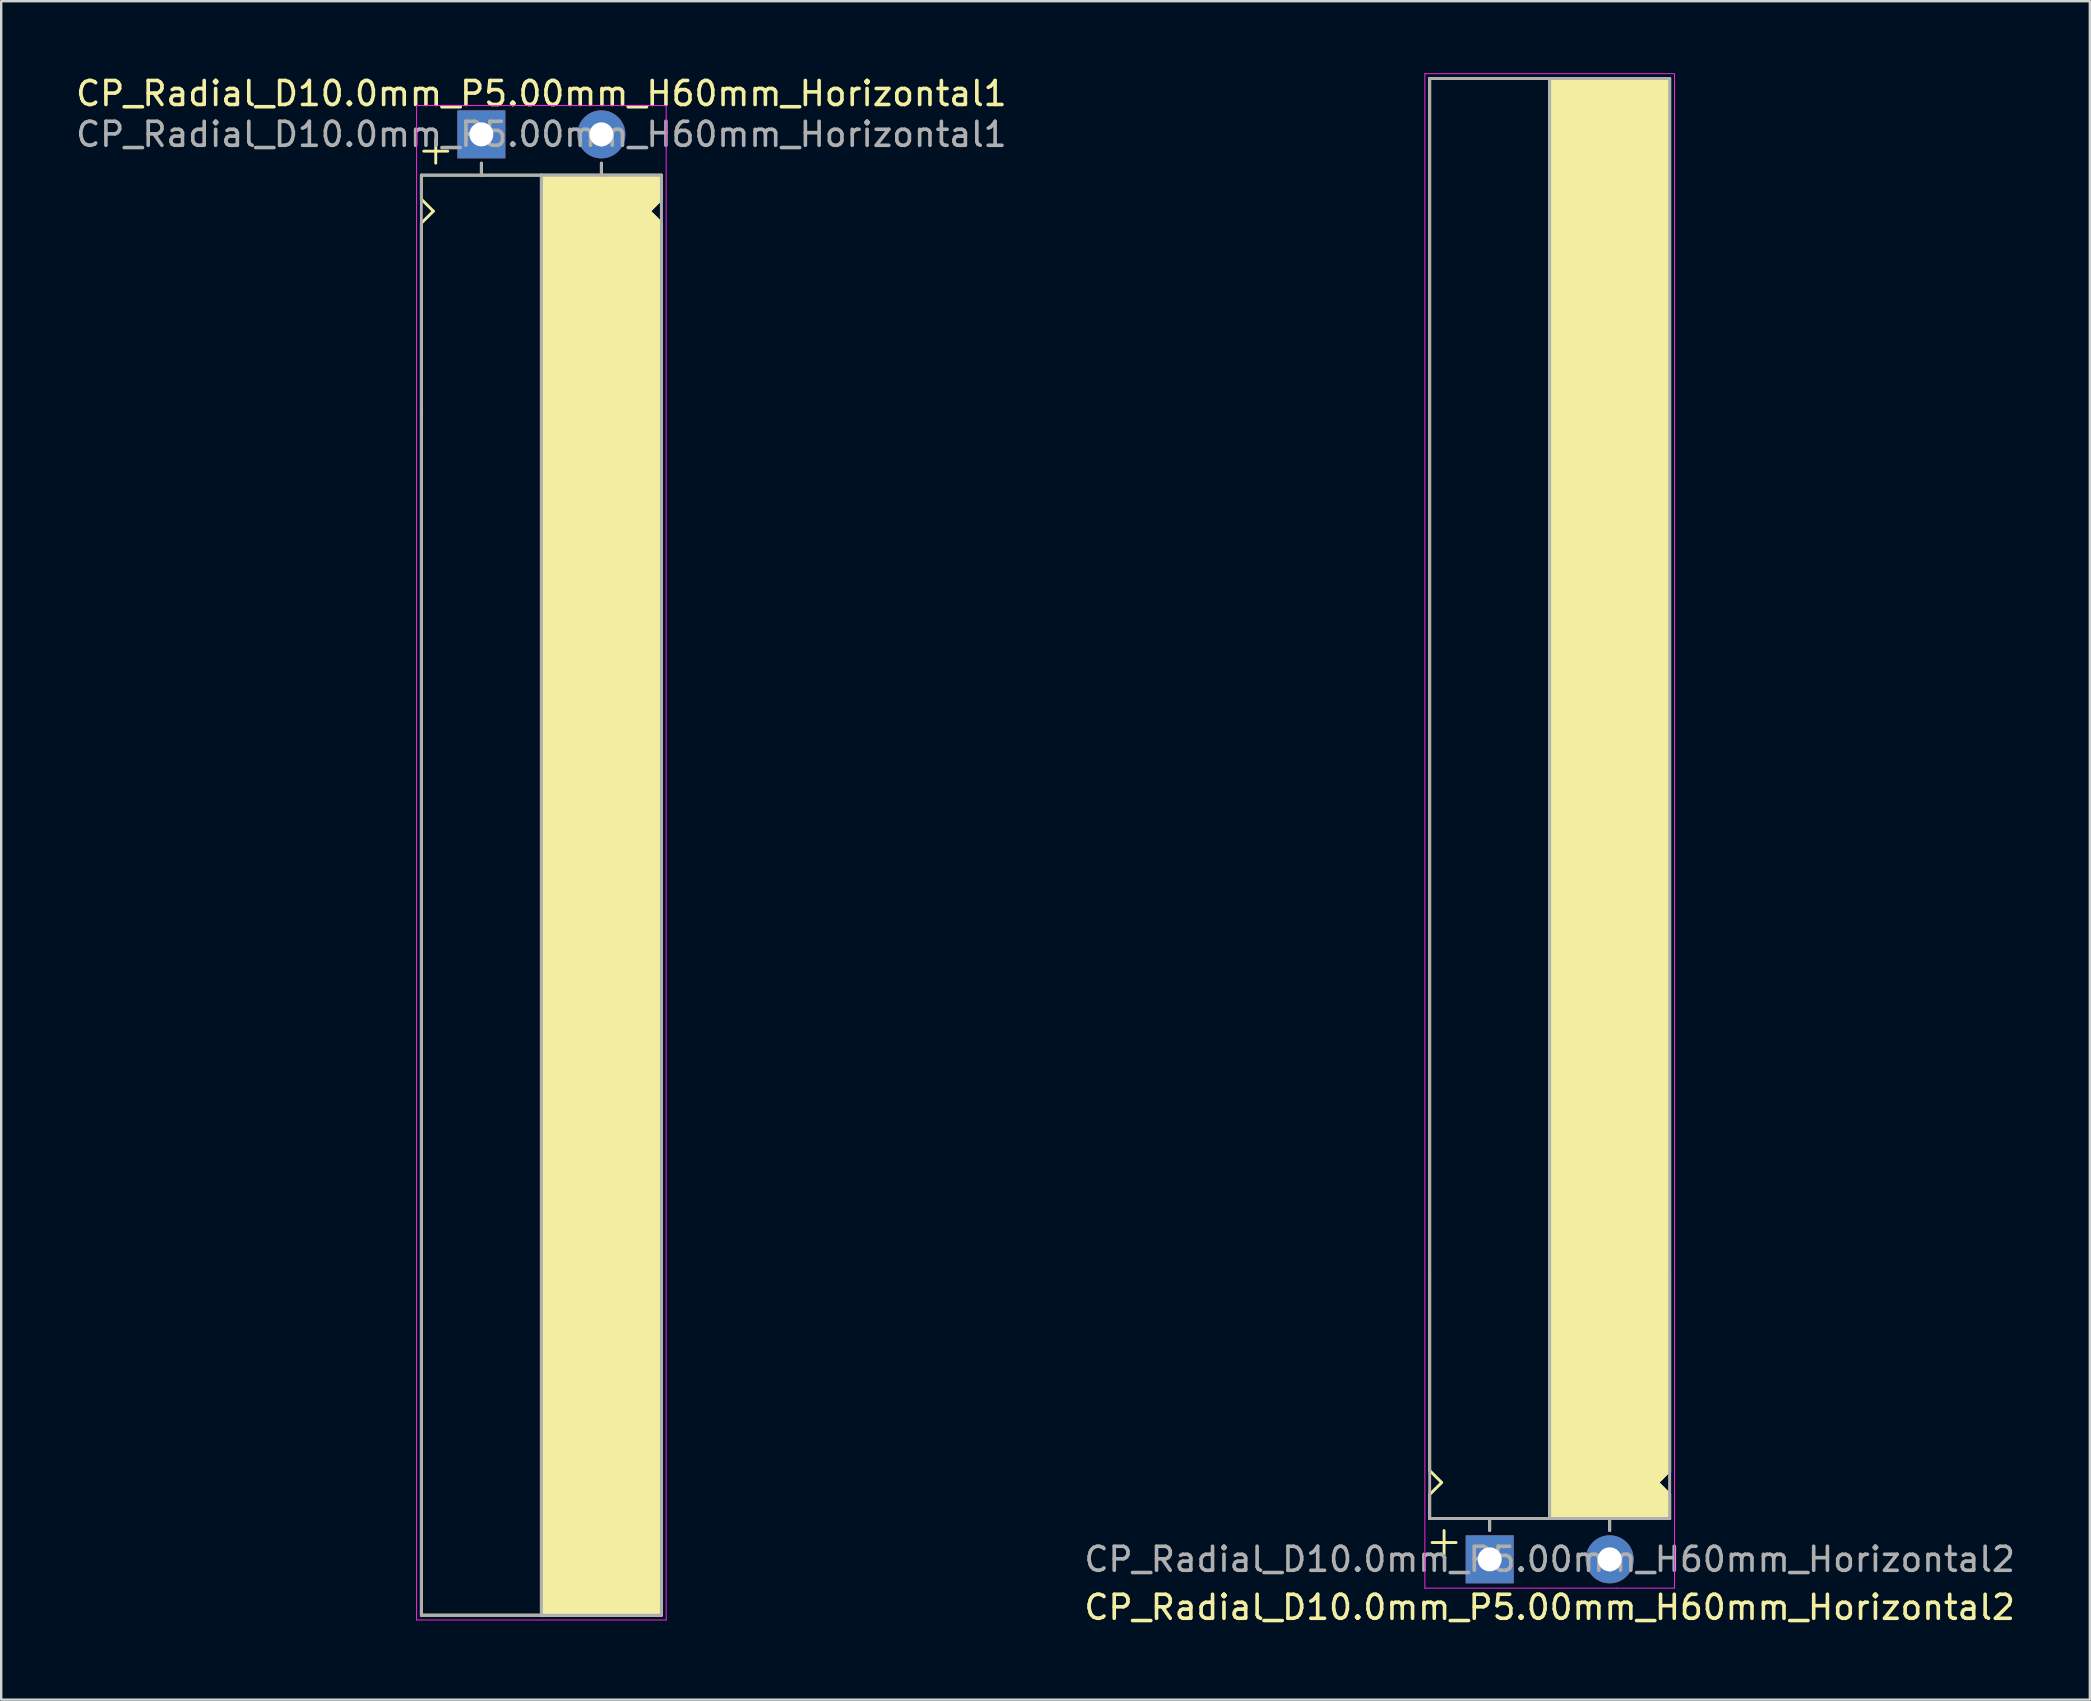
<source format=kicad_pcb>
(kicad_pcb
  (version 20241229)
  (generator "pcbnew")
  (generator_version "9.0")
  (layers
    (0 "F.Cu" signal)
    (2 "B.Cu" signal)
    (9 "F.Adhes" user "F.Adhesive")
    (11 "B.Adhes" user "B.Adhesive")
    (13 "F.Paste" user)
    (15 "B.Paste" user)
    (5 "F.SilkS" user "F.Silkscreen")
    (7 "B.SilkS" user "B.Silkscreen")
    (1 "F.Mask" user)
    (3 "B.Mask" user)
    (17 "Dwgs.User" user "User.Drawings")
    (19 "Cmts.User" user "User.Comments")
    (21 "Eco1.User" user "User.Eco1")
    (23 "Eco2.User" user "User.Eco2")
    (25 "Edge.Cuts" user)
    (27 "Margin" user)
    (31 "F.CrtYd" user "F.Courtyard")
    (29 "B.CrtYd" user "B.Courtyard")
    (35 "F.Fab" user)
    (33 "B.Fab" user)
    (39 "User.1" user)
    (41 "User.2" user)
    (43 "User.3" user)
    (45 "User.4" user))
  (footprint "CP_Radial_D10.0mm_P5.00mm_H60mm_Horizontal1"
    (layer "F.Cu")
    (at 17.006 2.548)
    (property "Reference" "CP_Radial_D10.0mm_P5.00mm_H60mm_Horizontal1" (at 2.5 -1.7 0) (layer "F.SilkS") (effects (font (size 1 1) (thickness 0.15))))
    (attr through_hole)
    (fp_line (start -2.5 1.7) (end -2.5 2.7) (stroke (width 0.12) (type solid)) (layer "F.SilkS"))
    (fp_line (start -2.5 2.7) (end -2 3.2) (stroke (width 0.12) (type solid)) (layer "F.SilkS"))
    (fp_line (start -2.5 3.7) (end -2.5 11.7) (stroke (width 0.12) (type solid)) (layer "F.SilkS"))
    (fp_line (start -2.5 11.7) (end -2.5 61.7) (stroke (width 0.12) (type solid)) (layer "F.SilkS"))
    (fp_line (start -2.5 61.7) (end 7.5 61.7) (stroke (width 0.12) (type solid)) (layer "F.SilkS"))
    (fp_line (start -2 3.2) (end -2.5 3.7) (stroke (width 0.12) (type solid)) (layer "F.SilkS"))
    (fp_line (start -1.9 0.2) (end -1.9 1.2) (stroke (width 0.12) (type solid)) (layer "F.SilkS"))
    (fp_line (start -1.4 0.7) (end -2.4 0.7) (stroke (width 0.12) (type solid)) (layer "F.SilkS"))
    (fp_line (start 0 1.7) (end 0 1.2) (stroke (width 0.12) (type solid)) (layer "F.SilkS"))
    (fp_line (start 2.5 1.7) (end -2.5 1.7) (stroke (width 0.12) (type solid)) (layer "F.SilkS"))
    (fp_line (start 2.5 61.7) (end 2.5 1.7) (stroke (width 0.12) (type solid)) (layer "F.SilkS"))
    (fp_line (start 5 1.7) (end 5 1.2) (stroke (width 0.12) (type solid)) (layer "F.SilkS"))
    (fp_line (start 7 3.2) (end 7.5 3.7) (stroke (width 0.12) (type solid)) (layer "F.SilkS"))
    (fp_line (start 7.5 1.7) (end 2.5 1.7) (stroke (width 0.12) (type solid)) (layer "F.SilkS"))
    (fp_line (start 7.5 1.7) (end 7.5 2.7) (stroke (width 0.12) (type solid)) (layer "F.SilkS"))
    (fp_line (start 7.5 2.7) (end 7 3.2) (stroke (width 0.12) (type solid)) (layer "F.SilkS"))
    (fp_line (start 7.5 3.7) (end 7.5 11.7) (stroke (width 0.12) (type solid)) (layer "F.SilkS"))
    (fp_line (start 7.5 11.7) (end 7.5 61.7) (stroke (width 0.12) (type solid)) (layer "F.SilkS"))
    (fp_poly (pts (xy 7.5 2.7) (xy 7 3.2) (xy 7.5 3.7) (xy 7.5 61.7) (xy 2.5 61.7) (xy 2.5 1.7) (xy 7.5 1.7)) (stroke (width 0.1) (type solid)) (fill yes) (layer "F.SilkS"))
    (fp_line (start -2.7 -1.2) (end 5.3 -1.2) (stroke (width 0.04) (type solid)) (layer "F.CrtYd"))
    (fp_line (start -2.7 61.9) (end -2.7 -1.2) (stroke (width 0.04) (type solid)) (layer "F.CrtYd"))
    (fp_line (start 5.3 -1.2) (end 7.7 -1.2) (stroke (width 0.04) (type solid)) (layer "F.CrtYd"))
    (fp_line (start 7.7 -1.2) (end 7.7 61.9) (stroke (width 0.04) (type solid)) (layer "F.CrtYd"))
    (fp_line (start 7.7 61.9) (end -2.7 61.9) (stroke (width 0.04) (type solid)) (layer "F.CrtYd"))
    (fp_line (start -2.5 1.7) (end -2.5 61.7) (stroke (width 0.12) (type solid)) (layer "F.Fab"))
    (fp_line (start -2.5 61.7) (end 7.5 61.7) (stroke (width 0.12) (type solid)) (layer "F.Fab"))
    (fp_line (start 0 1.7) (end 0 1.2) (stroke (width 0.12) (type solid)) (layer "F.Fab"))
    (fp_line (start 2.5 1.7) (end 2.5 61.7) (stroke (width 0.12) (type solid)) (layer "F.Fab"))
    (fp_line (start 5 1.7) (end 5 1.2) (stroke (width 0.12) (type solid)) (layer "F.Fab"))
    (fp_line (start 7.5 1.7) (end -2.5 1.7) (stroke (width 0.12) (type solid)) (layer "F.Fab"))
    (fp_line (start 7.5 61.7) (end 7.5 1.7) (stroke (width 0.12) (type solid)) (layer "F.Fab"))
    (fp_poly (pts (xy 7.5 61.7) (xy 2.5 61.7) (xy 2.5 1.7) (xy 7.5 1.7)) (stroke (width 0.1) (type solid)) (fill no) (layer "F.Fab"))
    (fp_text user "${REFERENCE}" (at 2.5 0 0) (layer "F.Fab") (effects (font (size 1 1) (thickness 0.15))))
    (pad "1" thru_hole rect (at 0 0) (size 2 2) (drill 1) (layers "*.Cu" "*.Mask"))
    (pad "2" thru_hole circle (at 5 0) (size 2 2) (drill 1) (layers "*.Cu" "*.Mask")))
  (footprint "CP_Radial_D10.0mm_P5.00mm_H60mm_Horizontal2"
    (layer "F.Cu")
    (at 59.018 61.92)
    (property "Reference" "CP_Radial_D10.0mm_P5.00mm_H60mm_Horizontal2" (at 2.5 2 0) (layer "F.SilkS") (effects (font (size 1 1) (thickness 0.15))))
    (attr through_hole)
    (fp_line (start -2.5 -61.7) (end 7.5 -61.7) (stroke (width 0.12) (type solid)) (layer "F.SilkS"))
    (fp_line (start -2.5 -11.7) (end -2.5 -61.7) (stroke (width 0.12) (type solid)) (layer "F.SilkS"))
    (fp_line (start -2.5 -3.7) (end -2.5 -11.7) (stroke (width 0.12) (type solid)) (layer "F.SilkS"))
    (fp_line (start -2.5 -2.7) (end -2 -3.2) (stroke (width 0.12) (type solid)) (layer "F.SilkS"))
    (fp_line (start -2.5 -1.7) (end -2.5 -2.7) (stroke (width 0.12) (type solid)) (layer "F.SilkS"))
    (fp_line (start -2 -3.2) (end -2.5 -3.7) (stroke (width 0.12) (type solid)) (layer "F.SilkS"))
    (fp_line (start -1.9 -1.2) (end -1.9 -0.2) (stroke (width 0.12) (type solid)) (layer "F.SilkS"))
    (fp_line (start -1.4 -0.7) (end -2.4 -0.7) (stroke (width 0.12) (type solid)) (layer "F.SilkS"))
    (fp_line (start 0 -1.7) (end 0 -1.2) (stroke (width 0.12) (type solid)) (layer "F.SilkS"))
    (fp_line (start 2.5 -61.7) (end 2.5 -1.7) (stroke (width 0.12) (type solid)) (layer "F.SilkS"))
    (fp_line (start 2.5 -1.7) (end -2.5 -1.7) (stroke (width 0.12) (type solid)) (layer "F.SilkS"))
    (fp_line (start 5 -1.7) (end 5 -1.2) (stroke (width 0.12) (type solid)) (layer "F.SilkS"))
    (fp_line (start 7 -3.2) (end 7.5 -3.7) (stroke (width 0.12) (type solid)) (layer "F.SilkS"))
    (fp_line (start 7.5 -11.7) (end 7.5 -61.7) (stroke (width 0.12) (type solid)) (layer "F.SilkS"))
    (fp_line (start 7.5 -3.7) (end 7.5 -11.7) (stroke (width 0.12) (type solid)) (layer "F.SilkS"))
    (fp_line (start 7.5 -2.7) (end 7 -3.2) (stroke (width 0.12) (type solid)) (layer "F.SilkS"))
    (fp_line (start 7.5 -1.7) (end 2.5 -1.7) (stroke (width 0.12) (type solid)) (layer "F.SilkS"))
    (fp_line (start 7.5 -1.7) (end 7.5 -2.7) (stroke (width 0.12) (type solid)) (layer "F.SilkS"))
    (fp_poly (pts (xy 7.5 -2.7) (xy 7 -3.2) (xy 7.5 -3.7) (xy 7.5 -61.7) (xy 2.5 -61.7) (xy 2.5 -1.7) (xy 7.5 -1.7)) (stroke (width 0.1) (type solid)) (fill yes) (layer "F.SilkS"))
    (fp_line (start -2.7 -61.9) (end -2.7 1.2) (stroke (width 0.04) (type solid)) (layer "F.CrtYd"))
    (fp_line (start -2.7 1.2) (end 5.3 1.2) (stroke (width 0.04) (type solid)) (layer "F.CrtYd"))
    (fp_line (start 5.3 1.2) (end 7.7 1.2) (stroke (width 0.04) (type solid)) (layer "F.CrtYd"))
    (fp_line (start 7.7 -61.9) (end -2.7 -61.9) (stroke (width 0.04) (type solid)) (layer "F.CrtYd"))
    (fp_line (start 7.7 1.2) (end 7.7 -61.9) (stroke (width 0.04) (type solid)) (layer "F.CrtYd"))
    (fp_line (start -2.5 -61.7) (end 7.5 -61.7) (stroke (width 0.12) (type solid)) (layer "F.Fab"))
    (fp_line (start -2.5 -1.7) (end -2.5 -61.7) (stroke (width 0.12) (type solid)) (layer "F.Fab"))
    (fp_line (start 0 -1.7) (end 0 -1.2) (stroke (width 0.12) (type solid)) (layer "F.Fab"))
    (fp_line (start 2.5 -1.7) (end 2.5 -61.7) (stroke (width 0.12) (type solid)) (layer "F.Fab"))
    (fp_line (start 5 -1.7) (end 5 -1.2) (stroke (width 0.12) (type solid)) (layer "F.Fab"))
    (fp_line (start 7.5 -61.7) (end 7.5 -1.7) (stroke (width 0.12) (type solid)) (layer "F.Fab"))
    (fp_line (start 7.5 -1.7) (end -2.5 -1.7) (stroke (width 0.12) (type solid)) (layer "F.Fab"))
    (fp_poly (pts (xy 7.5 -61.7) (xy 2.5 -61.7) (xy 2.5 -1.7) (xy 7.5 -1.7)) (stroke (width 0.1) (type solid)) (fill no) (layer "F.Fab"))
    (fp_text user "${REFERENCE}" (at 2.5 0 0) (layer "F.Fab") (effects (font (size 1 1) (thickness 0.15))))
    (pad "1" thru_hole rect (at 0 0) (size 2 2) (drill 1) (layers "*.Cu" "*.Mask"))
    (pad "2" thru_hole circle (at 5 0) (size 2 2) (drill 1) (layers "*.Cu" "*.Mask")))
  (gr_rect
    (start -3 -3)
    (end 84.024 67.768)
    (stroke (width 0.1) (type default))
    (fill no)
    (layer "Edge.Cuts")))
</source>
